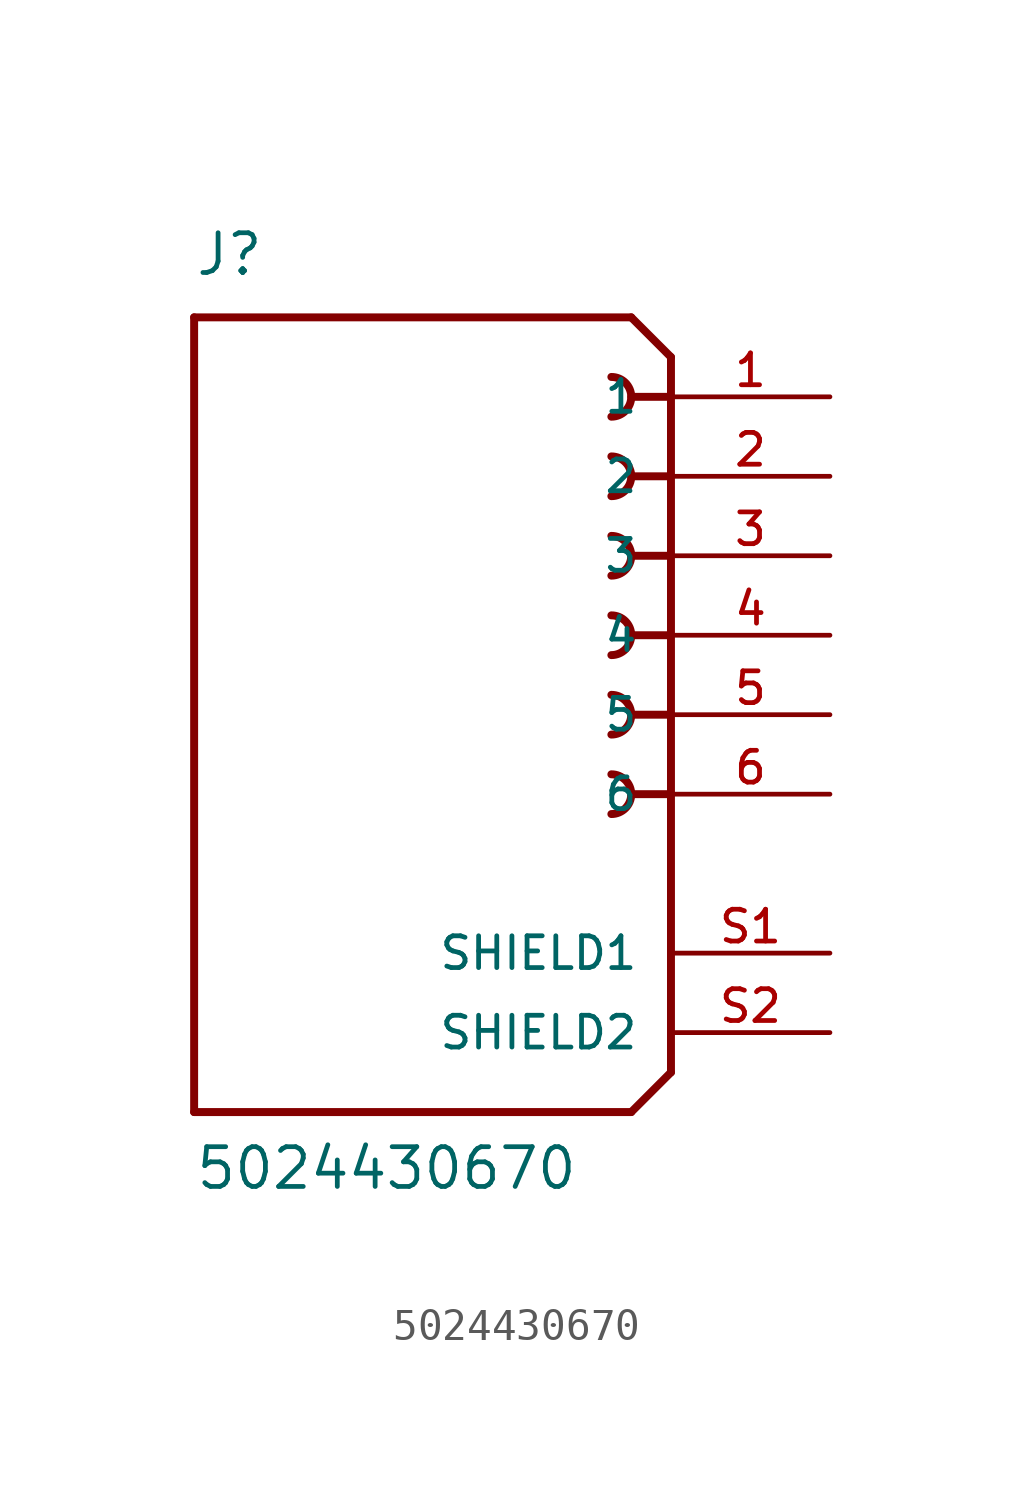
<source format=kicad_sym>
(kicad_symbol_lib
  (version 20211014)
  (generator kicad_symbol_editor)
  (symbol "5024430670"
    (pin_names
      (offset 1.016))
    (property "Reference" "J"
      (at -7.62 13.97 0)
      (effects (font (size 1.27 1.27)) (justify left bottom)))
    (property "Value" "5024430670"
      (at -7.62 -15.24 0)
      (effects (font (size 1.27 1.27)) (justify left bottom)))
    (property "ki_locked" ""
      (at 0 0 0)
      (effects (font (size 1.27 1.27))))
    (symbol "5024430670_0_0"
      (polyline (pts (xy -7.62 -12.7) (xy -7.62 12.7)) (stroke (width 0.254) (type default) (color 0 0 0 0)) (fill (type none)))
      (polyline (pts (xy -7.62 12.7) (xy 6.35 12.7)) (stroke (width 0.254) (type default) (color 0 0 0 0)) (fill (type none)))
      (polyline (pts (xy 6.35 -12.7) (xy -7.62 -12.7)) (stroke (width 0.254) (type default) (color 0 0 0 0)) (fill (type none)))
      (polyline (pts (xy 7.62 -11.43) (xy 6.35 -12.7)) (stroke (width 0.254) (type default) (color 0 0 0 0)) (fill (type none)))
      (polyline (pts (xy 7.62 -2.54) (xy 6.35 -2.54)) (stroke (width 0.254) (type default) (color 0 0 0 0)) (fill (type none)))
      (polyline (pts (xy 7.62 0) (xy 6.35 0)) (stroke (width 0.254) (type default) (color 0 0 0 0)) (fill (type none)))
      (polyline (pts (xy 7.62 2.54) (xy 6.35 2.54)) (stroke (width 0.254) (type default) (color 0 0 0 0)) (fill (type none)))
      (polyline (pts (xy 7.62 5.08) (xy 6.35 5.08)) (stroke (width 0.254) (type default) (color 0 0 0 0)) (fill (type none)))
      (polyline (pts (xy 7.62 7.62) (xy 6.35 7.62)) (stroke (width 0.254) (type default) (color 0 0 0 0)) (fill (type none)))
      (polyline (pts (xy 7.62 10.16) (xy 6.35 10.16)) (stroke (width 0.254) (type default) (color 0 0 0 0)) (fill (type none)))
      (polyline (pts (xy 7.62 10.16) (xy 7.62 -11.43)) (stroke (width 0.254) (type default) (color 0 0 0 0)) (fill (type none)))
      (polyline (pts (xy 7.62 11.43) (xy 6.35 12.7)) (stroke (width 0.254) (type default) (color 0 0 0 0)) (fill (type none)))
      (polyline (pts (xy 7.62 11.43) (xy 7.62 10.16)) (stroke (width 0.254) (type default) (color 0 0 0 0)) (fill (type none)))
      (arc (start 5.715 -3.175) (mid 6.35 -2.54) (end 5.715 -1.905) (stroke (width 0.254) (type default) (color 0 0 0 0)) (fill (type none)))
      (arc (start 5.715 -0.635) (mid 6.35 0) (end 5.715 0.635) (stroke (width 0.254) (type default) (color 0 0 0 0)) (fill (type none)))
      (arc (start 5.715 1.905) (mid 6.35 2.54) (end 5.715 3.175) (stroke (width 0.254) (type default) (color 0 0 0 0)) (fill (type none)))
      (arc (start 5.715 4.445) (mid 6.35 5.08) (end 5.715 5.715) (stroke (width 0.254) (type default) (color 0 0 0 0)) (fill (type none)))
      (arc (start 5.715 6.985) (mid 6.35 7.62) (end 5.715 8.255) (stroke (width 0.254) (type default) (color 0 0 0 0)) (fill (type none)))
      (arc (start 5.715 9.525) (mid 6.35 10.16) (end 5.715 10.795) (stroke (width 0.254) (type default) (color 0 0 0 0)) (fill (type none)))
      (pin passive line (at 12.7 10.16 180) (length 5.08) (name "1" (effects (font (size 1.016 1.016)))) (number "1" (effects (font (size 1.016 1.016)))))
      (pin passive line (at 12.7 7.62 180) (length 5.08) (name "2" (effects (font (size 1.016 1.016)))) (number "2" (effects (font (size 1.016 1.016)))))
      (pin passive line (at 12.7 5.08 180) (length 5.08) (name "3" (effects (font (size 1.016 1.016)))) (number "3" (effects (font (size 1.016 1.016)))))
      (pin passive line (at 12.7 2.54 180) (length 5.08) (name "4" (effects (font (size 1.016 1.016)))) (number "4" (effects (font (size 1.016 1.016)))))
      (pin passive line (at 12.7 0 180) (length 5.08) (name "5" (effects (font (size 1.016 1.016)))) (number "5" (effects (font (size 1.016 1.016)))))
      (pin passive line (at 12.7 -2.54 180) (length 5.08) (name "6" (effects (font (size 1.016 1.016)))) (number "6" (effects (font (size 1.016 1.016)))))
      (pin passive line (at 12.7 -7.62 180) (length 5.08) (name "SHIELD1" (effects (font (size 1.016 1.016)))) (number "S1" (effects (font (size 1.016 1.016)))))
      (pin passive line (at 12.7 -10.16 180) (length 5.08) (name "SHIELD2" (effects (font (size 1.016 1.016)))) (number "S2" (effects (font (size 1.016 1.016))))))))
</source>
